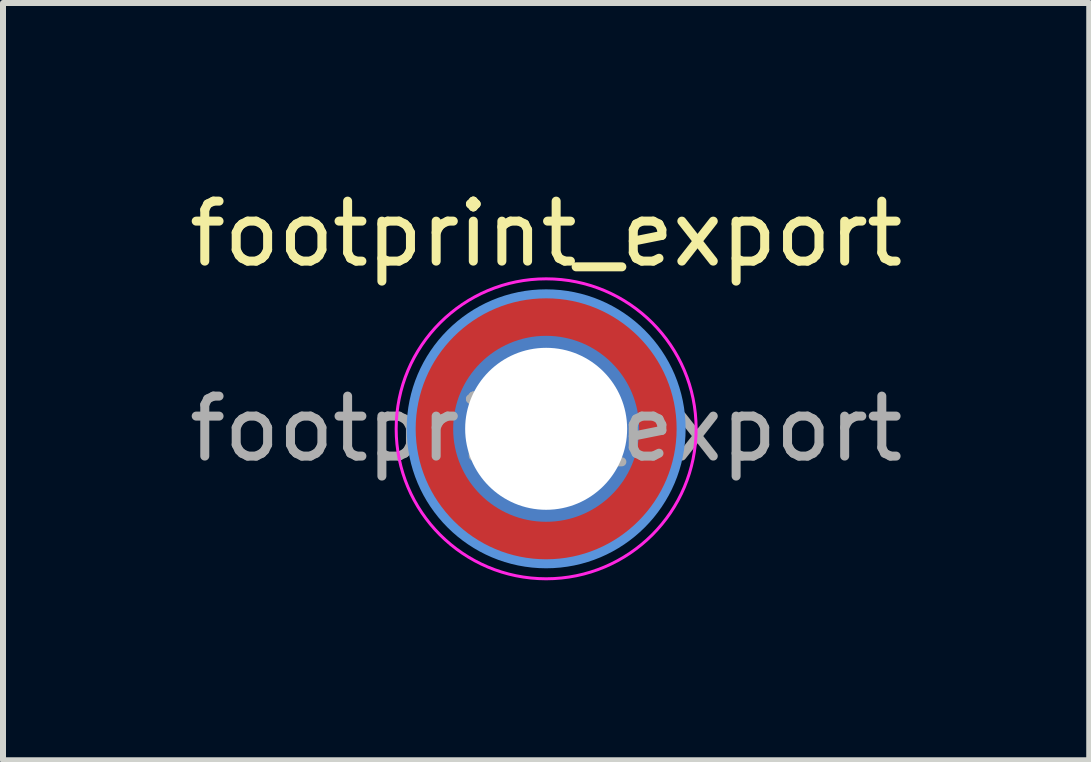
<source format=kicad_pcb>
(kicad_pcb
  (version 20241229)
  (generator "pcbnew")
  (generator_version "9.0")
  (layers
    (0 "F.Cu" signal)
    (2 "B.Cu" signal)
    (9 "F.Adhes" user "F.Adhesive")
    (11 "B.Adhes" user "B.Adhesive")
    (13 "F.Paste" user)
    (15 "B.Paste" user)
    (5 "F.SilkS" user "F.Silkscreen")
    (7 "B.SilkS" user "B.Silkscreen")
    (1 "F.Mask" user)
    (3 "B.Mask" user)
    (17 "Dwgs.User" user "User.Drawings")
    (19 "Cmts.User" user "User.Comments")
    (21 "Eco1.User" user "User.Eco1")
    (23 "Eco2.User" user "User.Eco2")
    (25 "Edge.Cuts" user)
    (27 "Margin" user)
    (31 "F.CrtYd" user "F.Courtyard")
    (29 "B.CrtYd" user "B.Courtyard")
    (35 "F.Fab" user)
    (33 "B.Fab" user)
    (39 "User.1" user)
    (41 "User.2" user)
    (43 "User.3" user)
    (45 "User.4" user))
  (footprint "footprint_export"
    (layer "F.Cu")
    (at 6.054 4.098)
    (property "Reference" "footprint_export" (at 0 -3.25 0) (layer "F.SilkS") (effects (font (size 1 1) (thickness 0.15))))
    (attr exclude_from_pos_files exclude_from_bom)
    (fp_circle (center 0 0) (end 2.25 0) (stroke (width 0.15) (type solid)) (fill no) (layer "Cmts.User"))
    (fp_circle (center 0 0) (end 2.5 0) (stroke (width 0.05) (type solid)) (fill no) (layer "F.CrtYd"))
    (fp_text user "${REFERENCE}" (at 0 0 0) (layer "F.Fab") (effects (font (size 1 1) (thickness 0.15))))
    (pad "1" thru_hole circle (at 0 0) (size 3.1 3.1) (drill 2.7) (layers "*.Cu" "*.Mask"))
    (pad "1" connect circle (at 0 0) (size 4.5 4.5) (layers "F.Cu" "F.Mask")))
  (gr_rect
    (start -3 -3)
    (end 15.107 9.623)
    (stroke (width 0.1) (type default))
    (fill no)
    (layer "Edge.Cuts")))
</source>
